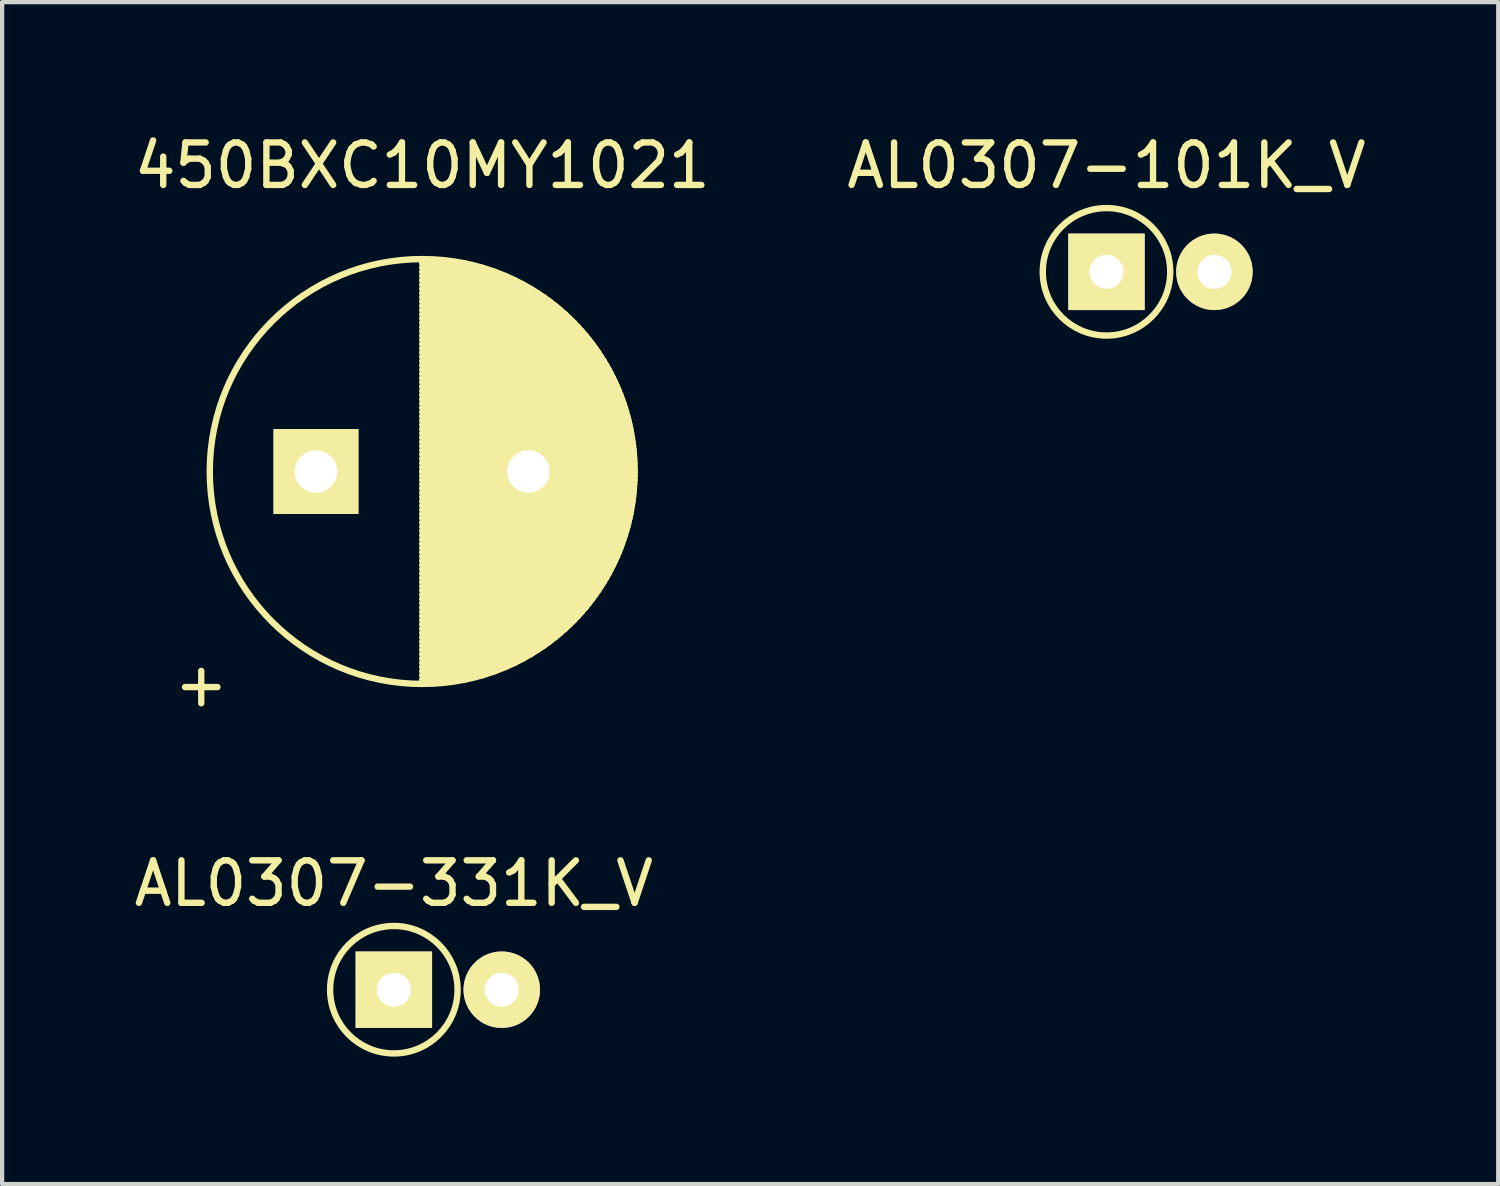
<source format=kicad_pcb>
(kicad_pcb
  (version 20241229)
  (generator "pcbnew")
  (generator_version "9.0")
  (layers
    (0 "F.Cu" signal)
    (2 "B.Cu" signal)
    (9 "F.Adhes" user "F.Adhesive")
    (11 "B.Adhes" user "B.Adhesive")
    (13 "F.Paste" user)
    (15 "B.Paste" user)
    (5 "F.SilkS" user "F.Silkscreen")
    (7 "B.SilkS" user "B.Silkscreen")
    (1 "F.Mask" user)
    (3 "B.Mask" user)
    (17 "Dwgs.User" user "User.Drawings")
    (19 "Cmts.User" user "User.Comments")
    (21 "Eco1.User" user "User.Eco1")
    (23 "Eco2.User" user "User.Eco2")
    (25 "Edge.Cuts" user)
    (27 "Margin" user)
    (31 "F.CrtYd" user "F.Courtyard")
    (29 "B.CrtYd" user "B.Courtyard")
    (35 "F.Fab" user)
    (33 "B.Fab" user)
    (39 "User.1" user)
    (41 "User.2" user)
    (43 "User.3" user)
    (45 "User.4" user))
  (footprint "AL0307-101K_V"
    (layer "F.Cu")
    (at 22.994 3.348)
    (property "Reference" "AL0307-101K_V" (at 0 -2.5 0) (layer "F.SilkS") (effects (font (size 1 1) (thickness 0.15))))
    (attr through_hole)
    (fp_circle (center 0 0) (end 0 -1.5) (stroke (width 0.15) (type solid)) (fill no) (layer "F.SilkS"))
    (pad "1" thru_hole rect (at 0 0) (size 1.8 1.8) (drill 0.8) (layers "*.Cu" "*.Mask" "F.SilkS"))
    (pad "2" thru_hole circle (at 2.54 0) (size 1.8 1.8) (drill 0.8) (layers "*.Cu" "*.Mask" "F.SilkS")))
  (footprint "450BXC10MY1021"
    (layer "F.Cu")
    (at 4.387 8.048)
    (property "Reference" "450BXC10MY1021" (at 2.5 -7.2 0) (layer "F.SilkS") (effects (font (size 1 1) (thickness 0.15))))
    (attr through_hole)
    (fp_line (start 2.5 -4.9) (end 3.495 -4.9) (stroke (width 0.15) (type solid)) (layer "F.SilkS"))
    (fp_line (start 2.5 -4.8) (end 3.9 -4.8) (stroke (width 0.15) (type solid)) (layer "F.SilkS"))
    (fp_line (start 2.5 -4.7) (end 4.206 -4.7) (stroke (width 0.15) (type solid)) (layer "F.SilkS"))
    (fp_line (start 2.5 -4.6) (end 4.46 -4.6) (stroke (width 0.15) (type solid)) (layer "F.SilkS"))
    (fp_line (start 2.5 -4.5) (end 4.679 -4.5) (stroke (width 0.15) (type solid)) (layer "F.SilkS"))
    (fp_line (start 2.5 -4.4) (end 4.875 -4.4) (stroke (width 0.15) (type solid)) (layer "F.SilkS"))
    (fp_line (start 2.5 -4.3) (end 5.051 -4.3) (stroke (width 0.15) (type solid)) (layer "F.SilkS"))
    (fp_line (start 2.5 -4.2) (end 5.213 -4.2) (stroke (width 0.15) (type solid)) (layer "F.SilkS"))
    (fp_line (start 2.5 -4.1) (end 5.362 -4.1) (stroke (width 0.15) (type solid)) (layer "F.SilkS"))
    (fp_line (start 2.5 -4) (end 5.5 -4) (stroke (width 0.15) (type solid)) (layer "F.SilkS"))
    (fp_line (start 2.5 -3.9) (end 5.629 -3.9) (stroke (width 0.15) (type solid)) (layer "F.SilkS"))
    (fp_line (start 2.5 -3.8) (end 5.75 -3.8) (stroke (width 0.15) (type solid)) (layer "F.SilkS"))
    (fp_line (start 2.5 -3.7) (end 5.863 -3.7) (stroke (width 0.15) (type solid)) (layer "F.SilkS"))
    (fp_line (start 2.5 -3.6) (end 5.97 -3.6) (stroke (width 0.15) (type solid)) (layer "F.SilkS"))
    (fp_line (start 2.5 -3.5) (end 6.071 -3.5) (stroke (width 0.15) (type solid)) (layer "F.SilkS"))
    (fp_line (start 2.5 -3.4) (end 6.166 -3.4) (stroke (width 0.15) (type solid)) (layer "F.SilkS"))
    (fp_line (start 2.5 -3.3) (end 6.256 -3.3) (stroke (width 0.15) (type solid)) (layer "F.SilkS"))
    (fp_line (start 2.5 -3.2) (end 6.342 -3.2) (stroke (width 0.15) (type solid)) (layer "F.SilkS"))
    (fp_line (start 2.5 -3.1) (end 6.423 -3.1) (stroke (width 0.15) (type solid)) (layer "F.SilkS"))
    (fp_line (start 2.5 -3) (end 6.5 -3) (stroke (width 0.15) (type solid)) (layer "F.SilkS"))
    (fp_line (start 2.5 -2.9) (end 6.573 -2.9) (stroke (width 0.15) (type solid)) (layer "F.SilkS"))
    (fp_line (start 2.5 -2.8) (end 6.642 -2.8) (stroke (width 0.15) (type solid)) (layer "F.SilkS"))
    (fp_line (start 2.5 -2.7) (end 6.708 -2.7) (stroke (width 0.15) (type solid)) (layer "F.SilkS"))
    (fp_line (start 2.5 -2.6) (end 6.771 -2.6) (stroke (width 0.15) (type solid)) (layer "F.SilkS"))
    (fp_line (start 2.5 -2.5) (end 6.83 -2.5) (stroke (width 0.15) (type solid)) (layer "F.SilkS"))
    (fp_line (start 2.5 -2.4) (end 6.886 -2.4) (stroke (width 0.15) (type solid)) (layer "F.SilkS"))
    (fp_line (start 2.5 -2.3) (end 6.94 -2.3) (stroke (width 0.15) (type solid)) (layer "F.SilkS"))
    (fp_line (start 2.5 -2.2) (end 6.99 -2.2) (stroke (width 0.15) (type solid)) (layer "F.SilkS"))
    (fp_line (start 2.5 -2.1) (end 7.038 -2.1) (stroke (width 0.15) (type solid)) (layer "F.SilkS"))
    (fp_line (start 2.5 -2) (end 7.083 -2) (stroke (width 0.15) (type solid)) (layer "F.SilkS"))
    (fp_line (start 2.5 -1.9) (end 7.125 -1.9) (stroke (width 0.15) (type solid)) (layer "F.SilkS"))
    (fp_line (start 2.5 -1.8) (end 7.165 -1.8) (stroke (width 0.15) (type solid)) (layer "F.SilkS"))
    (fp_line (start 2.5 -1.7) (end 7.202 -1.7) (stroke (width 0.15) (type solid)) (layer "F.SilkS"))
    (fp_line (start 2.5 -1.6) (end 7.237 -1.6) (stroke (width 0.15) (type solid)) (layer "F.SilkS"))
    (fp_line (start 2.5 -1.5) (end 7.27 -1.5) (stroke (width 0.15) (type solid)) (layer "F.SilkS"))
    (fp_line (start 2.5 -1.4) (end 7.3 -1.4) (stroke (width 0.15) (type solid)) (layer "F.SilkS"))
    (fp_line (start 2.5 -1.3) (end 7.328 -1.3) (stroke (width 0.15) (type solid)) (layer "F.SilkS"))
    (fp_line (start 2.5 -1.2) (end 7.354 -1.2) (stroke (width 0.15) (type solid)) (layer "F.SilkS"))
    (fp_line (start 2.5 -1.1) (end 7.377 -1.1) (stroke (width 0.15) (type solid)) (layer "F.SilkS"))
    (fp_line (start 2.5 -1) (end 7.399 -1) (stroke (width 0.15) (type solid)) (layer "F.SilkS"))
    (fp_line (start 2.5 -0.9) (end 7.418 -0.9) (stroke (width 0.15) (type solid)) (layer "F.SilkS"))
    (fp_line (start 2.5 -0.8) (end 7.436 -0.8) (stroke (width 0.15) (type solid)) (layer "F.SilkS"))
    (fp_line (start 2.5 -0.7) (end 7.451 -0.7) (stroke (width 0.15) (type solid)) (layer "F.SilkS"))
    (fp_line (start 2.5 -0.6) (end 7.464 -0.6) (stroke (width 0.15) (type solid)) (layer "F.SilkS"))
    (fp_line (start 2.5 -0.5) (end 7.475 -0.5) (stroke (width 0.15) (type solid)) (layer "F.SilkS"))
    (fp_line (start 2.5 -0.4) (end 7.484 -0.4) (stroke (width 0.15) (type solid)) (layer "F.SilkS"))
    (fp_line (start 2.5 -0.3) (end 7.491 -0.3) (stroke (width 0.15) (type solid)) (layer "F.SilkS"))
    (fp_line (start 2.5 -0.2) (end 7.496 -0.2) (stroke (width 0.15) (type solid)) (layer "F.SilkS"))
    (fp_line (start 2.5 -0.1) (end 7.499 -0.1) (stroke (width 0.15) (type solid)) (layer "F.SilkS"))
    (fp_line (start 2.5 0) (end 7.5 0) (stroke (width 0.15) (type solid)) (layer "F.SilkS"))
    (fp_line (start 2.5 0) (end 7.5 0) (stroke (width 0.15) (type solid)) (layer "F.SilkS"))
    (fp_line (start 2.5 0.1) (end 7.499 0.1) (stroke (width 0.15) (type solid)) (layer "F.SilkS"))
    (fp_line (start 2.5 0.2) (end 7.496 0.2) (stroke (width 0.15) (type solid)) (layer "F.SilkS"))
    (fp_line (start 2.5 0.3) (end 7.491 0.3) (stroke (width 0.15) (type solid)) (layer "F.SilkS"))
    (fp_line (start 2.5 0.4) (end 7.484 0.4) (stroke (width 0.15) (type solid)) (layer "F.SilkS"))
    (fp_line (start 2.5 0.5) (end 7.475 0.5) (stroke (width 0.15) (type solid)) (layer "F.SilkS"))
    (fp_line (start 2.5 0.6) (end 7.464 0.6) (stroke (width 0.15) (type solid)) (layer "F.SilkS"))
    (fp_line (start 2.5 0.7) (end 7.451 0.7) (stroke (width 0.15) (type solid)) (layer "F.SilkS"))
    (fp_line (start 2.5 0.8) (end 7.436 0.8) (stroke (width 0.15) (type solid)) (layer "F.SilkS"))
    (fp_line (start 2.5 0.9) (end 7.418 0.9) (stroke (width 0.15) (type solid)) (layer "F.SilkS"))
    (fp_line (start 2.5 1) (end 7.399 1) (stroke (width 0.15) (type solid)) (layer "F.SilkS"))
    (fp_line (start 2.5 1.1) (end 7.377 1.1) (stroke (width 0.15) (type solid)) (layer "F.SilkS"))
    (fp_line (start 2.5 1.2) (end 7.354 1.2) (stroke (width 0.15) (type solid)) (layer "F.SilkS"))
    (fp_line (start 2.5 1.3) (end 7.328 1.3) (stroke (width 0.15) (type solid)) (layer "F.SilkS"))
    (fp_line (start 2.5 1.4) (end 7.3 1.4) (stroke (width 0.15) (type solid)) (layer "F.SilkS"))
    (fp_line (start 2.5 1.5) (end 7.27 1.5) (stroke (width 0.15) (type solid)) (layer "F.SilkS"))
    (fp_line (start 2.5 1.6) (end 7.237 1.6) (stroke (width 0.15) (type solid)) (layer "F.SilkS"))
    (fp_line (start 2.5 1.7) (end 7.202 1.7) (stroke (width 0.15) (type solid)) (layer "F.SilkS"))
    (fp_line (start 2.5 1.8) (end 7.165 1.8) (stroke (width 0.15) (type solid)) (layer "F.SilkS"))
    (fp_line (start 2.5 1.9) (end 7.125 1.9) (stroke (width 0.15) (type solid)) (layer "F.SilkS"))
    (fp_line (start 2.5 2) (end 7.083 2) (stroke (width 0.15) (type solid)) (layer "F.SilkS"))
    (fp_line (start 2.5 2.1) (end 7.038 2.1) (stroke (width 0.15) (type solid)) (layer "F.SilkS"))
    (fp_line (start 2.5 2.2) (end 6.99 2.2) (stroke (width 0.15) (type solid)) (layer "F.SilkS"))
    (fp_line (start 2.5 2.3) (end 6.94 2.3) (stroke (width 0.15) (type solid)) (layer "F.SilkS"))
    (fp_line (start 2.5 2.4) (end 6.886 2.4) (stroke (width 0.15) (type solid)) (layer "F.SilkS"))
    (fp_line (start 2.5 2.5) (end 6.83 2.5) (stroke (width 0.15) (type solid)) (layer "F.SilkS"))
    (fp_line (start 2.5 2.6) (end 6.771 2.6) (stroke (width 0.15) (type solid)) (layer "F.SilkS"))
    (fp_line (start 2.5 2.7) (end 6.708 2.7) (stroke (width 0.15) (type solid)) (layer "F.SilkS"))
    (fp_line (start 2.5 2.8) (end 6.642 2.8) (stroke (width 0.15) (type solid)) (layer "F.SilkS"))
    (fp_line (start 2.5 2.9) (end 6.573 2.9) (stroke (width 0.15) (type solid)) (layer "F.SilkS"))
    (fp_line (start 2.5 3) (end 6.5 3) (stroke (width 0.15) (type solid)) (layer "F.SilkS"))
    (fp_line (start 2.5 3.1) (end 6.423 3.1) (stroke (width 0.15) (type solid)) (layer "F.SilkS"))
    (fp_line (start 2.5 3.2) (end 6.342 3.2) (stroke (width 0.15) (type solid)) (layer "F.SilkS"))
    (fp_line (start 2.5 3.3) (end 6.256 3.3) (stroke (width 0.15) (type solid)) (layer "F.SilkS"))
    (fp_line (start 2.5 3.4) (end 6.166 3.4) (stroke (width 0.15) (type solid)) (layer "F.SilkS"))
    (fp_line (start 2.5 3.5) (end 6.071 3.5) (stroke (width 0.15) (type solid)) (layer "F.SilkS"))
    (fp_line (start 2.5 3.6) (end 5.97 3.6) (stroke (width 0.15) (type solid)) (layer "F.SilkS"))
    (fp_line (start 2.5 3.7) (end 5.863 3.7) (stroke (width 0.15) (type solid)) (layer "F.SilkS"))
    (fp_line (start 2.5 3.8) (end 5.75 3.8) (stroke (width 0.15) (type solid)) (layer "F.SilkS"))
    (fp_line (start 2.5 3.9) (end 5.629 3.9) (stroke (width 0.15) (type solid)) (layer "F.SilkS"))
    (fp_line (start 2.5 4) (end 5.5 4) (stroke (width 0.15) (type solid)) (layer "F.SilkS"))
    (fp_line (start 2.5 4.1) (end 5.362 4.1) (stroke (width 0.15) (type solid)) (layer "F.SilkS"))
    (fp_line (start 2.5 4.2) (end 5.213 4.2) (stroke (width 0.15) (type solid)) (layer "F.SilkS"))
    (fp_line (start 2.5 4.3) (end 5.051 4.3) (stroke (width 0.15) (type solid)) (layer "F.SilkS"))
    (fp_line (start 2.5 4.4) (end 4.875 4.4) (stroke (width 0.15) (type solid)) (layer "F.SilkS"))
    (fp_line (start 2.5 4.5) (end 4.679 4.5) (stroke (width 0.15) (type solid)) (layer "F.SilkS"))
    (fp_line (start 2.5 4.6) (end 4.46 4.6) (stroke (width 0.15) (type solid)) (layer "F.SilkS"))
    (fp_line (start 2.5 4.7) (end 4.206 4.7) (stroke (width 0.15) (type solid)) (layer "F.SilkS"))
    (fp_line (start 2.5 4.8) (end 3.9 4.8) (stroke (width 0.15) (type solid)) (layer "F.SilkS"))
    (fp_line (start 2.5 4.9) (end 3.495 4.9) (stroke (width 0.15) (type solid)) (layer "F.SilkS"))
    (fp_circle (center 2.5 0) (end 2.5 -5) (stroke (width 0.15) (type solid)) (fill no) (layer "F.SilkS"))
    (fp_text user "+" (at -2.7 5 0) (layer "F.SilkS") (effects (font (size 1 1) (thickness 0.15))))
    (pad "1" thru_hole rect (at 0 0) (size 2 2) (drill 1) (layers "*.Cu" "*.Mask" "F.SilkS"))
    (pad "2" thru_hole circle (at 5 0) (size 2 2) (drill 1) (layers "*.Cu" "*.Mask" "F.SilkS")))
  (footprint "AL0307-331K_V"
    (layer "F.Cu")
    (at 6.22 20.245)
    (property "Reference" "AL0307-331K_V" (at 0 -2.5 0) (layer "F.SilkS") (effects (font (size 1 1) (thickness 0.15))))
    (attr through_hole)
    (fp_circle (center 0 0) (end 0 -1.5) (stroke (width 0.15) (type solid)) (fill no) (layer "F.SilkS"))
    (pad "1" thru_hole rect (at 0 0) (size 1.8 1.8) (drill 0.8) (layers "*.Cu" "*.Mask" "F.SilkS"))
    (pad "2" thru_hole circle (at 2.54 0) (size 1.8 1.8) (drill 0.8) (layers "*.Cu" "*.Mask" "F.SilkS")))
  (gr_rect
    (start -3 -3)
    (end 32.214 24.82)
    (stroke (width 0.1) (type default))
    (fill no)
    (layer "Edge.Cuts")))
</source>
